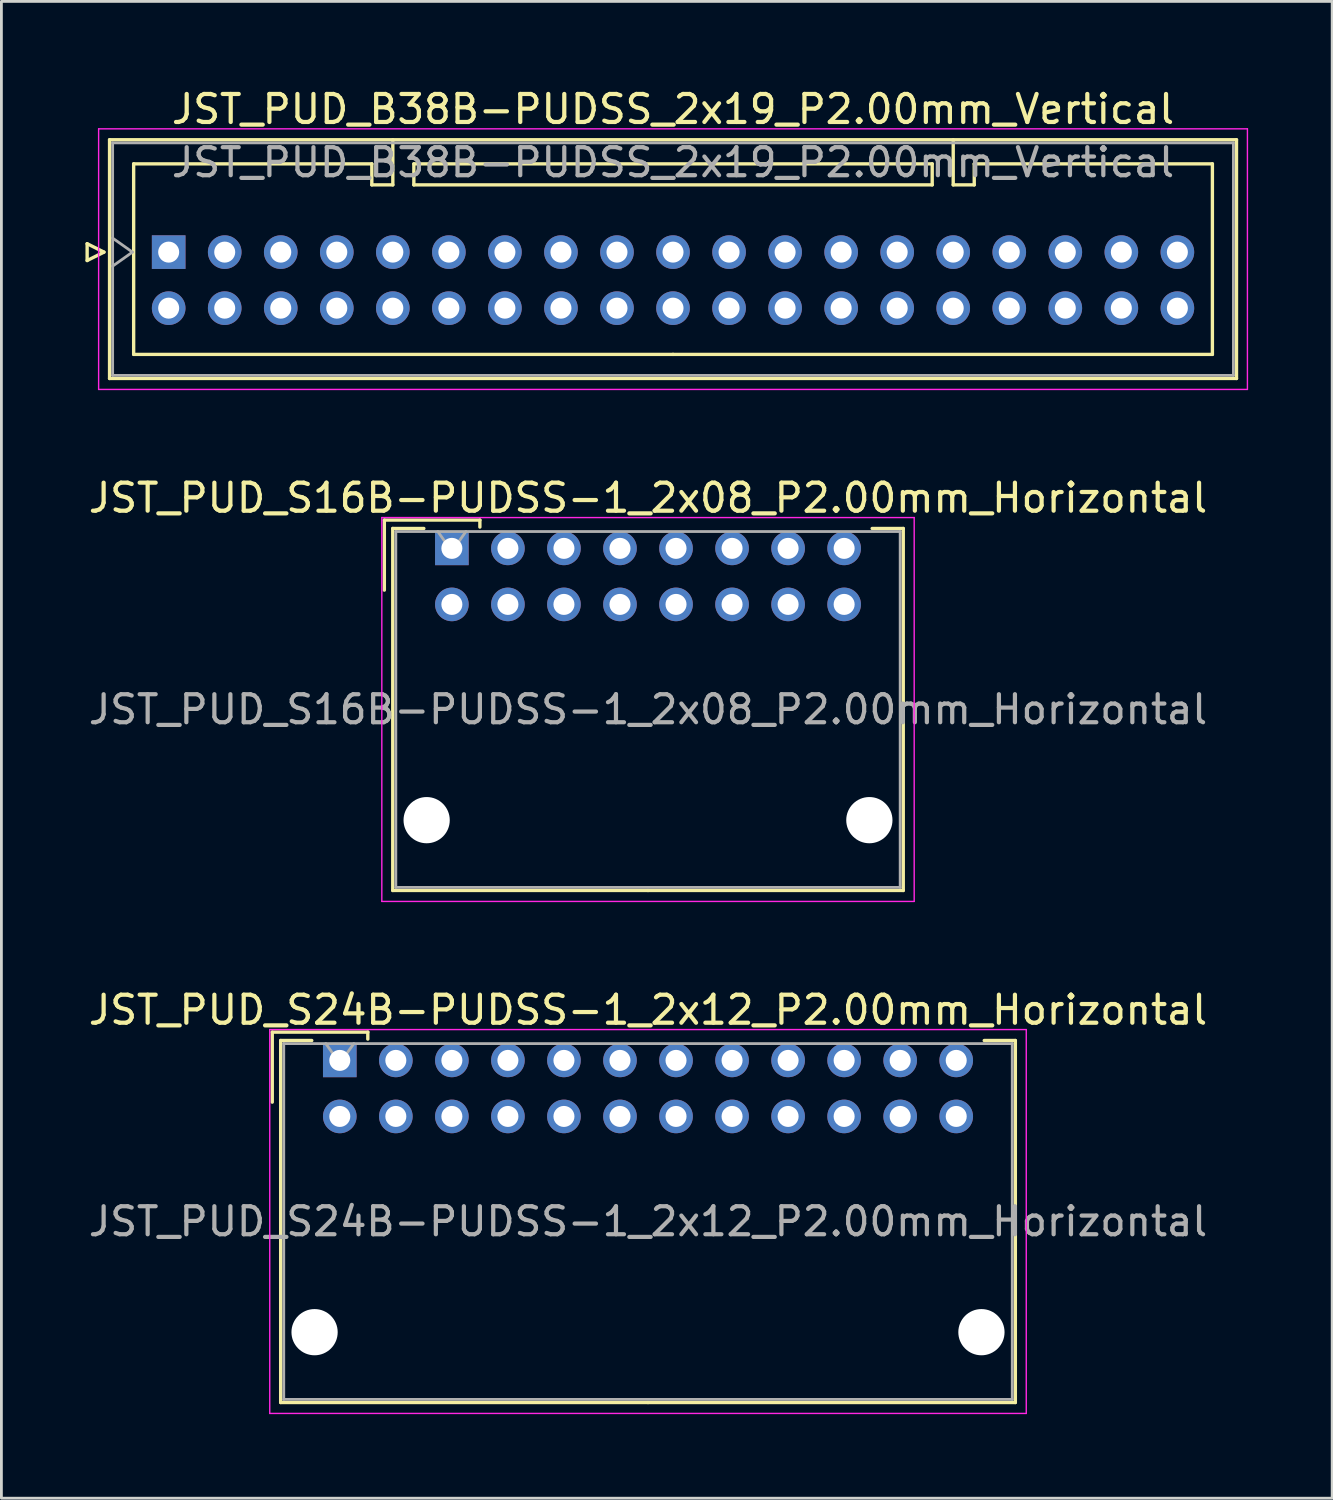
<source format=kicad_pcb>
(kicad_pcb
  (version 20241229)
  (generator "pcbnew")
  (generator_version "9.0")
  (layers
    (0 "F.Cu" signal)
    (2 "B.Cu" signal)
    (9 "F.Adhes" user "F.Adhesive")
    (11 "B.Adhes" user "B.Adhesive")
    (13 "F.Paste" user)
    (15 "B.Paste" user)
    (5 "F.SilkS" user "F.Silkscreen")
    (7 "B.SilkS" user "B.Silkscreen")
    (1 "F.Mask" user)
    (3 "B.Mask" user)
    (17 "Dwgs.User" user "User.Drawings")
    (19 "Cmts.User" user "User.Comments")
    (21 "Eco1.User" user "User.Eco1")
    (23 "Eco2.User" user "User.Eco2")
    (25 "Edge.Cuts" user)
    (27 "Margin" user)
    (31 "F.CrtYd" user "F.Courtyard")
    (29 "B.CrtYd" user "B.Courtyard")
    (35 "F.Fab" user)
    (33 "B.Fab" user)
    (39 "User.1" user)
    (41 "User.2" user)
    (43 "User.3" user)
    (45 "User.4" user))
  (footprint "JST_PUD_S16B-PUDSS-1_2x08_P2.00mm_Horizontal"
    (layer "F.Cu")
    (at 13.077 16.521)
    (property "Reference" "JST_PUD_S16B-PUDSS-1_2x08_P2.00mm_Horizontal" (at 7 -1.8 0) (layer "F.SilkS") (effects (font (size 1 1) (thickness 0.15))))
    (attr through_hole)
    (fp_line (start -2.41 -1.01) (end -2.41 1.49) (stroke (width 0.12) (type solid)) (layer "F.SilkS"))
    (fp_line (start -2.11 -0.71) (end -2.11 12.21) (stroke (width 0.12) (type solid)) (layer "F.SilkS"))
    (fp_line (start -2.11 12.21) (end 7 12.21) (stroke (width 0.12) (type solid)) (layer "F.SilkS"))
    (fp_line (start -1 -0.71) (end -2.11 -0.71) (stroke (width 0.12) (type solid)) (layer "F.SilkS"))
    (fp_line (start 1 -1.01) (end -2.41 -1.01) (stroke (width 0.12) (type solid)) (layer "F.SilkS"))
    (fp_line (start 1 -0.76) (end 1 -1.01) (stroke (width 0.12) (type solid)) (layer "F.SilkS"))
    (fp_line (start 15 -0.71) (end 16.11 -0.71) (stroke (width 0.12) (type solid)) (layer "F.SilkS"))
    (fp_line (start 16.11 -0.71) (end 16.11 12.21) (stroke (width 0.12) (type solid)) (layer "F.SilkS"))
    (fp_line (start 16.11 12.21) (end 7 12.21) (stroke (width 0.12) (type solid)) (layer "F.SilkS"))
    (fp_line (start -2.5 -1.1) (end -2.5 12.6) (stroke (width 0.05) (type solid)) (layer "F.CrtYd"))
    (fp_line (start -2.5 12.6) (end 16.5 12.6) (stroke (width 0.05) (type solid)) (layer "F.CrtYd"))
    (fp_line (start 16.5 -1.1) (end -2.5 -1.1) (stroke (width 0.05) (type solid)) (layer "F.CrtYd"))
    (fp_line (start 16.5 12.6) (end 16.5 -1.1) (stroke (width 0.05) (type solid)) (layer "F.CrtYd"))
    (fp_line (start -2 -0.6) (end -2 12.1) (stroke (width 0.1) (type solid)) (layer "F.Fab"))
    (fp_line (start -2 12.1) (end 16 12.1) (stroke (width 0.1) (type solid)) (layer "F.Fab"))
    (fp_line (start 0 0.107) (end -0.5 -0.6) (stroke (width 0.1) (type solid)) (layer "F.Fab"))
    (fp_line (start 0.5 -0.6) (end 0 0.107) (stroke (width 0.1) (type solid)) (layer "F.Fab"))
    (fp_line (start 16 -0.6) (end -2 -0.6) (stroke (width 0.1) (type solid)) (layer "F.Fab"))
    (fp_line (start 16 12.1) (end 16 -0.6) (stroke (width 0.1) (type solid)) (layer "F.Fab"))
    (fp_text user "${REFERENCE}" (at 7 5.75 0) (layer "F.Fab") (effects (font (size 1 1) (thickness 0.15))))
    (pad "" np_thru_hole circle (at -0.9 9.7) (size 1.65 1.65) (drill 1.65) (layers "*.Cu" "*.Mask"))
    (pad "" np_thru_hole circle (at 14.9 9.7) (size 1.65 1.65) (drill 1.65) (layers "*.Cu" "*.Mask"))
    (pad "1" thru_hole rect (at 0 0) (size 1.2 1.2) (drill 0.75) (layers "*.Cu" "*.Mask"))
    (pad "2" thru_hole oval (at 0 2) (size 1.2 1.2) (drill 0.75) (layers "*.Cu" "*.Mask"))
    (pad "3" thru_hole oval (at 2 0) (size 1.2 1.2) (drill 0.75) (layers "*.Cu" "*.Mask"))
    (pad "4" thru_hole oval (at 2 2) (size 1.2 1.2) (drill 0.75) (layers "*.Cu" "*.Mask"))
    (pad "5" thru_hole oval (at 4 0) (size 1.2 1.2) (drill 0.75) (layers "*.Cu" "*.Mask"))
    (pad "6" thru_hole oval (at 4 2) (size 1.2 1.2) (drill 0.75) (layers "*.Cu" "*.Mask"))
    (pad "7" thru_hole oval (at 6 0) (size 1.2 1.2) (drill 0.75) (layers "*.Cu" "*.Mask"))
    (pad "8" thru_hole oval (at 6 2) (size 1.2 1.2) (drill 0.75) (layers "*.Cu" "*.Mask"))
    (pad "9" thru_hole oval (at 8 0) (size 1.2 1.2) (drill 0.75) (layers "*.Cu" "*.Mask"))
    (pad "10" thru_hole oval (at 8 2) (size 1.2 1.2) (drill 0.75) (layers "*.Cu" "*.Mask"))
    (pad "11" thru_hole oval (at 10 0) (size 1.2 1.2) (drill 0.75) (layers "*.Cu" "*.Mask"))
    (pad "12" thru_hole oval (at 10 2) (size 1.2 1.2) (drill 0.75) (layers "*.Cu" "*.Mask"))
    (pad "13" thru_hole oval (at 12 0) (size 1.2 1.2) (drill 0.75) (layers "*.Cu" "*.Mask"))
    (pad "14" thru_hole oval (at 12 2) (size 1.2 1.2) (drill 0.75) (layers "*.Cu" "*.Mask"))
    (pad "15" thru_hole oval (at 14 0) (size 1.2 1.2) (drill 0.75) (layers "*.Cu" "*.Mask"))
    (pad "16" thru_hole oval (at 14 2) (size 1.2 1.2) (drill 0.75) (layers "*.Cu" "*.Mask")))
  (footprint "JST_PUD_B38B-PUDSS_2x19_P2.00mm_Vertical"
    (layer "F.Cu")
    (at 2.97 5.948)
    (property "Reference" "JST_PUD_B38B-PUDSS_2x19_P2.00mm_Vertical" (at 18 -5.1 0) (layer "F.SilkS") (effects (font (size 1 1) (thickness 0.15))))
    (attr through_hole)
    (fp_line (start -2.91 -0.3) (end -2.31 0) (stroke (width 0.12) (type solid)) (layer "F.SilkS"))
    (fp_line (start -2.91 0.3) (end -2.91 -0.3) (stroke (width 0.12) (type solid)) (layer "F.SilkS"))
    (fp_line (start -2.31 0) (end -2.91 0.3) (stroke (width 0.12) (type solid)) (layer "F.SilkS"))
    (fp_line (start -2.11 -4.01) (end -2.11 4.51) (stroke (width 0.12) (type solid)) (layer "F.SilkS"))
    (fp_line (start -2.11 4.51) (end 38.11 4.51) (stroke (width 0.12) (type solid)) (layer "F.SilkS"))
    (fp_line (start -1.25 -3.15) (end -1.25 3.65) (stroke (width 0.12) (type solid)) (layer "F.SilkS"))
    (fp_line (start -1.25 3.65) (end 18 3.65) (stroke (width 0.12) (type solid)) (layer "F.SilkS"))
    (fp_line (start 7.25 -3.15) (end -1.25 -3.15) (stroke (width 0.12) (type solid)) (layer "F.SilkS"))
    (fp_line (start 7.25 -2.4) (end 7.25 -3.15) (stroke (width 0.12) (type solid)) (layer "F.SilkS"))
    (fp_line (start 8 -4.01) (end 8 -2.4) (stroke (width 0.12) (type solid)) (layer "F.SilkS"))
    (fp_line (start 8 -2.4) (end 7.25 -2.4) (stroke (width 0.12) (type solid)) (layer "F.SilkS"))
    (fp_line (start 8.75 -3.15) (end 8.75 -2.4) (stroke (width 0.12) (type solid)) (layer "F.SilkS"))
    (fp_line (start 8.75 -2.4) (end 27.25 -2.4) (stroke (width 0.12) (type solid)) (layer "F.SilkS"))
    (fp_line (start 27.25 -3.15) (end 8.75 -3.15) (stroke (width 0.12) (type solid)) (layer "F.SilkS"))
    (fp_line (start 27.25 -2.4) (end 27.25 -3.15) (stroke (width 0.12) (type solid)) (layer "F.SilkS"))
    (fp_line (start 28 -4.01) (end 28 -2.4) (stroke (width 0.12) (type solid)) (layer "F.SilkS"))
    (fp_line (start 28 -2.4) (end 28.75 -2.4) (stroke (width 0.12) (type solid)) (layer "F.SilkS"))
    (fp_line (start 28.75 -3.15) (end 37.25 -3.15) (stroke (width 0.12) (type solid)) (layer "F.SilkS"))
    (fp_line (start 28.75 -2.4) (end 28.75 -3.15) (stroke (width 0.12) (type solid)) (layer "F.SilkS"))
    (fp_line (start 37.25 -3.15) (end 37.25 3.65) (stroke (width 0.12) (type solid)) (layer "F.SilkS"))
    (fp_line (start 37.25 3.65) (end 18 3.65) (stroke (width 0.12) (type solid)) (layer "F.SilkS"))
    (fp_line (start 38.11 -4.01) (end -2.11 -4.01) (stroke (width 0.12) (type solid)) (layer "F.SilkS"))
    (fp_line (start 38.11 4.51) (end 38.11 -4.01) (stroke (width 0.12) (type solid)) (layer "F.SilkS"))
    (fp_line (start -2.5 -4.4) (end -2.5 4.9) (stroke (width 0.05) (type solid)) (layer "F.CrtYd"))
    (fp_line (start -2.5 4.9) (end 38.5 4.9) (stroke (width 0.05) (type solid)) (layer "F.CrtYd"))
    (fp_line (start 38.5 -4.4) (end -2.5 -4.4) (stroke (width 0.05) (type solid)) (layer "F.CrtYd"))
    (fp_line (start 38.5 4.9) (end 38.5 -4.4) (stroke (width 0.05) (type solid)) (layer "F.CrtYd"))
    (fp_line (start -2 -3.9) (end -2 4.4) (stroke (width 0.1) (type solid)) (layer "F.Fab"))
    (fp_line (start -2 0.5) (end -1.293 0) (stroke (width 0.1) (type solid)) (layer "F.Fab"))
    (fp_line (start -2 4.4) (end 38 4.4) (stroke (width 0.1) (type solid)) (layer "F.Fab"))
    (fp_line (start -1.293 0) (end -2 -0.5) (stroke (width 0.1) (type solid)) (layer "F.Fab"))
    (fp_line (start 38 -3.9) (end -2 -3.9) (stroke (width 0.1) (type solid)) (layer "F.Fab"))
    (fp_line (start 38 4.4) (end 38 -3.9) (stroke (width 0.1) (type solid)) (layer "F.Fab"))
    (fp_text user "${REFERENCE}" (at 18 -3.2 0) (layer "F.Fab") (effects (font (size 1 1) (thickness 0.15))))
    (pad "1" thru_hole rect (at 0 0) (size 1.2 1.2) (drill 0.75) (layers "*.Cu" "*.Mask"))
    (pad "2" thru_hole circle (at 0 2) (size 1.2 1.2) (drill 0.75) (layers "*.Cu" "*.Mask"))
    (pad "3" thru_hole circle (at 2 0) (size 1.2 1.2) (drill 0.75) (layers "*.Cu" "*.Mask"))
    (pad "4" thru_hole circle (at 2 2) (size 1.2 1.2) (drill 0.75) (layers "*.Cu" "*.Mask"))
    (pad "5" thru_hole circle (at 4 0) (size 1.2 1.2) (drill 0.75) (layers "*.Cu" "*.Mask"))
    (pad "6" thru_hole circle (at 4 2) (size 1.2 1.2) (drill 0.75) (layers "*.Cu" "*.Mask"))
    (pad "7" thru_hole circle (at 6 0) (size 1.2 1.2) (drill 0.75) (layers "*.Cu" "*.Mask"))
    (pad "8" thru_hole circle (at 6 2) (size 1.2 1.2) (drill 0.75) (layers "*.Cu" "*.Mask"))
    (pad "9" thru_hole circle (at 8 0) (size 1.2 1.2) (drill 0.75) (layers "*.Cu" "*.Mask"))
    (pad "10" thru_hole circle (at 8 2) (size 1.2 1.2) (drill 0.75) (layers "*.Cu" "*.Mask"))
    (pad "11" thru_hole circle (at 10 0) (size 1.2 1.2) (drill 0.75) (layers "*.Cu" "*.Mask"))
    (pad "12" thru_hole circle (at 10 2) (size 1.2 1.2) (drill 0.75) (layers "*.Cu" "*.Mask"))
    (pad "13" thru_hole circle (at 12 0) (size 1.2 1.2) (drill 0.75) (layers "*.Cu" "*.Mask"))
    (pad "14" thru_hole circle (at 12 2) (size 1.2 1.2) (drill 0.75) (layers "*.Cu" "*.Mask"))
    (pad "15" thru_hole circle (at 14 0) (size 1.2 1.2) (drill 0.75) (layers "*.Cu" "*.Mask"))
    (pad "16" thru_hole circle (at 14 2) (size 1.2 1.2) (drill 0.75) (layers "*.Cu" "*.Mask"))
    (pad "17" thru_hole circle (at 16 0) (size 1.2 1.2) (drill 0.75) (layers "*.Cu" "*.Mask"))
    (pad "18" thru_hole circle (at 16 2) (size 1.2 1.2) (drill 0.75) (layers "*.Cu" "*.Mask"))
    (pad "19" thru_hole circle (at 18 0) (size 1.2 1.2) (drill 0.75) (layers "*.Cu" "*.Mask"))
    (pad "20" thru_hole circle (at 18 2) (size 1.2 1.2) (drill 0.75) (layers "*.Cu" "*.Mask"))
    (pad "21" thru_hole circle (at 20 0) (size 1.2 1.2) (drill 0.75) (layers "*.Cu" "*.Mask"))
    (pad "22" thru_hole circle (at 20 2) (size 1.2 1.2) (drill 0.75) (layers "*.Cu" "*.Mask"))
    (pad "23" thru_hole circle (at 22 0) (size 1.2 1.2) (drill 0.75) (layers "*.Cu" "*.Mask"))
    (pad "24" thru_hole circle (at 22 2) (size 1.2 1.2) (drill 0.75) (layers "*.Cu" "*.Mask"))
    (pad "25" thru_hole circle (at 24 0) (size 1.2 1.2) (drill 0.75) (layers "*.Cu" "*.Mask"))
    (pad "26" thru_hole circle (at 24 2) (size 1.2 1.2) (drill 0.75) (layers "*.Cu" "*.Mask"))
    (pad "27" thru_hole circle (at 26 0) (size 1.2 1.2) (drill 0.75) (layers "*.Cu" "*.Mask"))
    (pad "28" thru_hole circle (at 26 2) (size 1.2 1.2) (drill 0.75) (layers "*.Cu" "*.Mask"))
    (pad "29" thru_hole circle (at 28 0) (size 1.2 1.2) (drill 0.75) (layers "*.Cu" "*.Mask"))
    (pad "30" thru_hole circle (at 28 2) (size 1.2 1.2) (drill 0.75) (layers "*.Cu" "*.Mask"))
    (pad "31" thru_hole circle (at 30 0) (size 1.2 1.2) (drill 0.75) (layers "*.Cu" "*.Mask"))
    (pad "32" thru_hole circle (at 30 2) (size 1.2 1.2) (drill 0.75) (layers "*.Cu" "*.Mask"))
    (pad "33" thru_hole circle (at 32 0) (size 1.2 1.2) (drill 0.75) (layers "*.Cu" "*.Mask"))
    (pad "34" thru_hole circle (at 32 2) (size 1.2 1.2) (drill 0.75) (layers "*.Cu" "*.Mask"))
    (pad "35" thru_hole circle (at 34 0) (size 1.2 1.2) (drill 0.75) (layers "*.Cu" "*.Mask"))
    (pad "36" thru_hole circle (at 34 2) (size 1.2 1.2) (drill 0.75) (layers "*.Cu" "*.Mask"))
    (pad "37" thru_hole circle (at 36 0) (size 1.2 1.2) (drill 0.75) (layers "*.Cu" "*.Mask"))
    (pad "38" thru_hole circle (at 36 2) (size 1.2 1.2) (drill 0.75) (layers "*.Cu" "*.Mask")))
  (footprint "JST_PUD_S24B-PUDSS-1_2x12_P2.00mm_Horizontal"
    (layer "F.Cu")
    (at 9.077 34.795)
    (property "Reference" "JST_PUD_S24B-PUDSS-1_2x12_P2.00mm_Horizontal" (at 11 -1.8 0) (layer "F.SilkS") (effects (font (size 1 1) (thickness 0.15))))
    (attr through_hole)
    (fp_line (start -2.41 -1.01) (end -2.41 1.49) (stroke (width 0.12) (type solid)) (layer "F.SilkS"))
    (fp_line (start -2.11 -0.71) (end -2.11 12.21) (stroke (width 0.12) (type solid)) (layer "F.SilkS"))
    (fp_line (start -2.11 12.21) (end 11 12.21) (stroke (width 0.12) (type solid)) (layer "F.SilkS"))
    (fp_line (start -1 -0.71) (end -2.11 -0.71) (stroke (width 0.12) (type solid)) (layer "F.SilkS"))
    (fp_line (start 1 -1.01) (end -2.41 -1.01) (stroke (width 0.12) (type solid)) (layer "F.SilkS"))
    (fp_line (start 1 -0.76) (end 1 -1.01) (stroke (width 0.12) (type solid)) (layer "F.SilkS"))
    (fp_line (start 23 -0.71) (end 24.11 -0.71) (stroke (width 0.12) (type solid)) (layer "F.SilkS"))
    (fp_line (start 24.11 -0.71) (end 24.11 12.21) (stroke (width 0.12) (type solid)) (layer "F.SilkS"))
    (fp_line (start 24.11 12.21) (end 11 12.21) (stroke (width 0.12) (type solid)) (layer "F.SilkS"))
    (fp_line (start -2.5 -1.1) (end -2.5 12.6) (stroke (width 0.05) (type solid)) (layer "F.CrtYd"))
    (fp_line (start -2.5 12.6) (end 24.5 12.6) (stroke (width 0.05) (type solid)) (layer "F.CrtYd"))
    (fp_line (start 24.5 -1.1) (end -2.5 -1.1) (stroke (width 0.05) (type solid)) (layer "F.CrtYd"))
    (fp_line (start 24.5 12.6) (end 24.5 -1.1) (stroke (width 0.05) (type solid)) (layer "F.CrtYd"))
    (fp_line (start -2 -0.6) (end -2 12.1) (stroke (width 0.1) (type solid)) (layer "F.Fab"))
    (fp_line (start -2 12.1) (end 24 12.1) (stroke (width 0.1) (type solid)) (layer "F.Fab"))
    (fp_line (start 0 0.107) (end -0.5 -0.6) (stroke (width 0.1) (type solid)) (layer "F.Fab"))
    (fp_line (start 0.5 -0.6) (end 0 0.107) (stroke (width 0.1) (type solid)) (layer "F.Fab"))
    (fp_line (start 24 -0.6) (end -2 -0.6) (stroke (width 0.1) (type solid)) (layer "F.Fab"))
    (fp_line (start 24 12.1) (end 24 -0.6) (stroke (width 0.1) (type solid)) (layer "F.Fab"))
    (fp_text user "${REFERENCE}" (at 11 5.75 0) (layer "F.Fab") (effects (font (size 1 1) (thickness 0.15))))
    (pad "" np_thru_hole circle (at -0.9 9.7) (size 1.65 1.65) (drill 1.65) (layers "*.Cu" "*.Mask"))
    (pad "" np_thru_hole circle (at 22.9 9.7) (size 1.65 1.65) (drill 1.65) (layers "*.Cu" "*.Mask"))
    (pad "1" thru_hole rect (at 0 0) (size 1.2 1.2) (drill 0.75) (layers "*.Cu" "*.Mask"))
    (pad "2" thru_hole oval (at 0 2) (size 1.2 1.2) (drill 0.75) (layers "*.Cu" "*.Mask"))
    (pad "3" thru_hole oval (at 2 0) (size 1.2 1.2) (drill 0.75) (layers "*.Cu" "*.Mask"))
    (pad "4" thru_hole oval (at 2 2) (size 1.2 1.2) (drill 0.75) (layers "*.Cu" "*.Mask"))
    (pad "5" thru_hole oval (at 4 0) (size 1.2 1.2) (drill 0.75) (layers "*.Cu" "*.Mask"))
    (pad "6" thru_hole oval (at 4 2) (size 1.2 1.2) (drill 0.75) (layers "*.Cu" "*.Mask"))
    (pad "7" thru_hole oval (at 6 0) (size 1.2 1.2) (drill 0.75) (layers "*.Cu" "*.Mask"))
    (pad "8" thru_hole oval (at 6 2) (size 1.2 1.2) (drill 0.75) (layers "*.Cu" "*.Mask"))
    (pad "9" thru_hole oval (at 8 0) (size 1.2 1.2) (drill 0.75) (layers "*.Cu" "*.Mask"))
    (pad "10" thru_hole oval (at 8 2) (size 1.2 1.2) (drill 0.75) (layers "*.Cu" "*.Mask"))
    (pad "11" thru_hole oval (at 10 0) (size 1.2 1.2) (drill 0.75) (layers "*.Cu" "*.Mask"))
    (pad "12" thru_hole oval (at 10 2) (size 1.2 1.2) (drill 0.75) (layers "*.Cu" "*.Mask"))
    (pad "13" thru_hole oval (at 12 0) (size 1.2 1.2) (drill 0.75) (layers "*.Cu" "*.Mask"))
    (pad "14" thru_hole oval (at 12 2) (size 1.2 1.2) (drill 0.75) (layers "*.Cu" "*.Mask"))
    (pad "15" thru_hole oval (at 14 0) (size 1.2 1.2) (drill 0.75) (layers "*.Cu" "*.Mask"))
    (pad "16" thru_hole oval (at 14 2) (size 1.2 1.2) (drill 0.75) (layers "*.Cu" "*.Mask"))
    (pad "17" thru_hole oval (at 16 0) (size 1.2 1.2) (drill 0.75) (layers "*.Cu" "*.Mask"))
    (pad "18" thru_hole oval (at 16 2) (size 1.2 1.2) (drill 0.75) (layers "*.Cu" "*.Mask"))
    (pad "19" thru_hole oval (at 18 0) (size 1.2 1.2) (drill 0.75) (layers "*.Cu" "*.Mask"))
    (pad "20" thru_hole oval (at 18 2) (size 1.2 1.2) (drill 0.75) (layers "*.Cu" "*.Mask"))
    (pad "21" thru_hole oval (at 20 0) (size 1.2 1.2) (drill 0.75) (layers "*.Cu" "*.Mask"))
    (pad "22" thru_hole oval (at 20 2) (size 1.2 1.2) (drill 0.75) (layers "*.Cu" "*.Mask"))
    (pad "23" thru_hole oval (at 22 0) (size 1.2 1.2) (drill 0.75) (layers "*.Cu" "*.Mask"))
    (pad "24" thru_hole oval (at 22 2) (size 1.2 1.2) (drill 0.75) (layers "*.Cu" "*.Mask")))
  (gr_rect
    (start -3 -3)
    (end 44.495 50.42)
    (stroke (width 0.1) (type default))
    (fill no)
    (layer "Edge.Cuts")))
</source>
